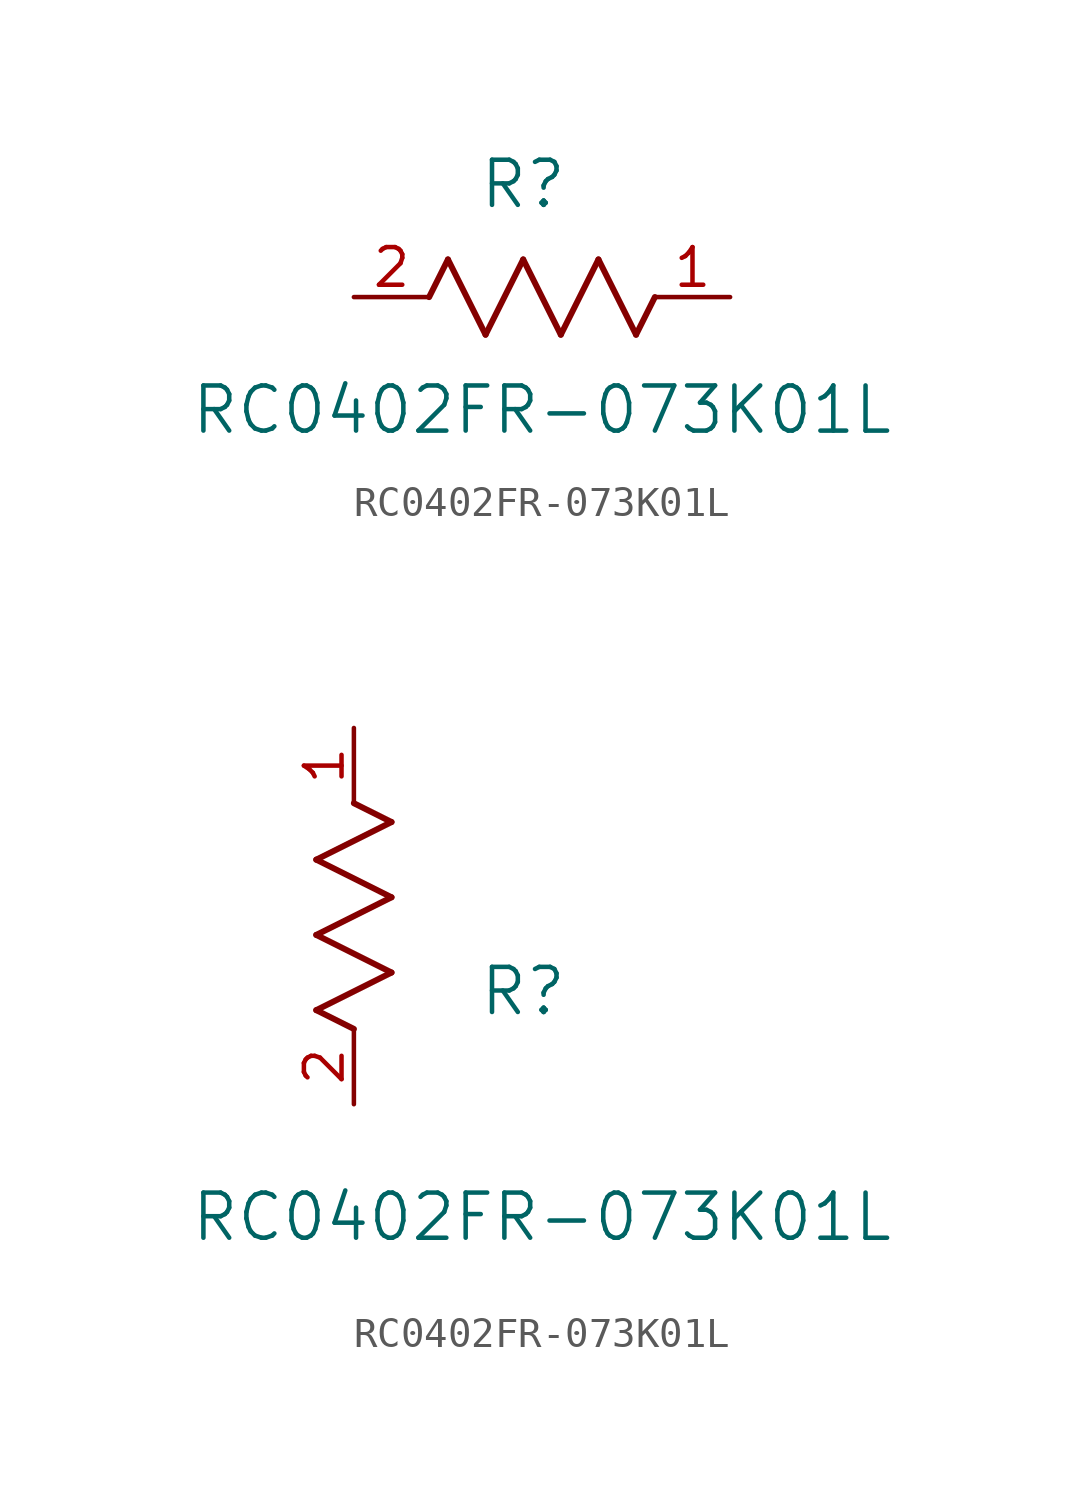
<source format=kicad_sym>
(kicad_symbol_lib
  (version 20211014)
  (generator kicad_symbol_editor)
  (symbol "RC0402FR-073K01L"
    (pin_names
      (offset 0.254))
    (property "Reference" "R"
      (at 5.715 3.81 0)
      (effects (font (size 1.524 1.524))))
    (property "Value" "RC0402FR-073K01L"
      (at 6.35 -3.81 0)
      (effects (font (size 1.524 1.524))))
    (symbol "RC0402FR-073K01L_1_1"
      (polyline (pts (xy 3.175 1.27) (xy 4.445 -1.27)) (stroke (width 0.203) (type default) (color 0 0 0 0)) (fill (type none)))
      (polyline (pts (xy 4.445 -1.27) (xy 5.715 1.27)) (stroke (width 0.203) (type default) (color 0 0 0 0)) (fill (type none)))
      (polyline (pts (xy 5.715 1.27) (xy 6.985 -1.27)) (stroke (width 0.203) (type default) (color 0 0 0 0)) (fill (type none)))
      (polyline (pts (xy 6.985 -1.27) (xy 8.255 1.27)) (stroke (width 0.203) (type default) (color 0 0 0 0)) (fill (type none)))
      (polyline (pts (xy 8.255 1.27) (xy 9.525 -1.27)) (stroke (width 0.203) (type default) (color 0 0 0 0)) (fill (type none)))
      (polyline (pts (xy 2.54 0) (xy 3.175 1.27)) (stroke (width 0.203) (type default) (color 0 0 0 0)) (fill (type none)))
      (polyline (pts (xy 9.525 -1.27) (xy 10.16 0)) (stroke (width 0.203) (type default) (color 0 0 0 0)) (fill (type none)))
      (pin unspecified line (at 12.7 0 180) (length 2.54) (name "" (effects (font (size 1.27 1.27)))) (number "1" (effects (font (size 1.27 1.27)))))
      (pin unspecified line (at 0 0 0) (length 2.54) (name "" (effects (font (size 1.27 1.27)))) (number "2" (effects (font (size 1.27 1.27))))))
    (symbol "RC0402FR-073K01L_1_2"
      (polyline (pts (xy 0 2.54) (xy -1.27 3.175)) (stroke (width 0.203) (type default) (color 0 0 0 0)) (fill (type none)))
      (polyline (pts (xy -1.27 3.175) (xy 1.27 4.445)) (stroke (width 0.203) (type default) (color 0 0 0 0)) (fill (type none)))
      (polyline (pts (xy 1.27 4.445) (xy -1.27 5.715)) (stroke (width 0.203) (type default) (color 0 0 0 0)) (fill (type none)))
      (polyline (pts (xy -1.27 5.715) (xy 1.27 6.985)) (stroke (width 0.203) (type default) (color 0 0 0 0)) (fill (type none)))
      (polyline (pts (xy -1.27 8.255) (xy 1.27 9.525)) (stroke (width 0.203) (type default) (color 0 0 0 0)) (fill (type none)))
      (polyline (pts (xy 1.27 9.525) (xy 0 10.16)) (stroke (width 0.203) (type default) (color 0 0 0 0)) (fill (type none)))
      (polyline (pts (xy 1.27 6.985) (xy -1.27 8.255)) (stroke (width 0.203) (type default) (color 0 0 0 0)) (fill (type none)))
      (pin unspecified line (at 0 12.7 270) (length 2.54) (name "" (effects (font (size 1.27 1.27)))) (number "1" (effects (font (size 1.27 1.27)))))
      (pin unspecified line (at 0 0 90) (length 2.54) (name "" (effects (font (size 1.27 1.27)))) (number "2" (effects (font (size 1.27 1.27))))))))
</source>
